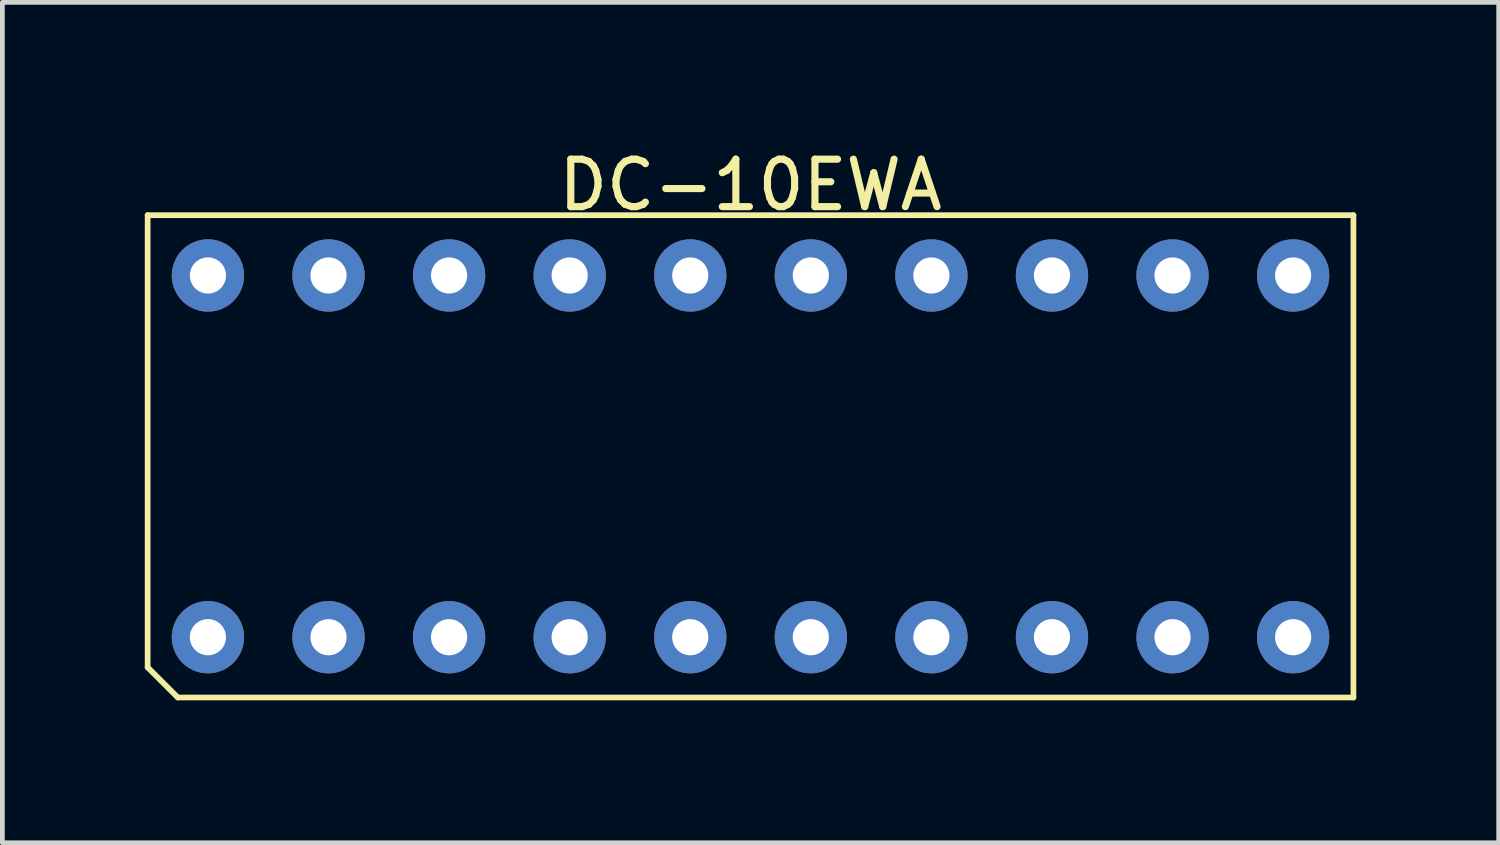
<source format=kicad_pcb>
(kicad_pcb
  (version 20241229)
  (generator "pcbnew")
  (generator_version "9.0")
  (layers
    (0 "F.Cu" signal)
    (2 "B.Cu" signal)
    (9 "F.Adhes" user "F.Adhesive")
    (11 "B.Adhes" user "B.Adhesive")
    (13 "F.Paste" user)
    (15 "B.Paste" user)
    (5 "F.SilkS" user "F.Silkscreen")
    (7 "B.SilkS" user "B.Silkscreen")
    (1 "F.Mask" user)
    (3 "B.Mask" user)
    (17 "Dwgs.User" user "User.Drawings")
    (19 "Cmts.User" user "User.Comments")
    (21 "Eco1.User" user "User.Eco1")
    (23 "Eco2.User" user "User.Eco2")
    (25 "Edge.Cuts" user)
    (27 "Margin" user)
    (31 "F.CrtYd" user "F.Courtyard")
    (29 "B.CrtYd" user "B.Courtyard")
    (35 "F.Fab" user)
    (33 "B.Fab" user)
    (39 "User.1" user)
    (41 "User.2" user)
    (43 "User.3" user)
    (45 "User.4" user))
  (footprint "DC-10EWA"
    (layer "F.Cu")
    (at 12.76 6.563)
    (property "Reference" "DC-10EWA" (at 0 -5.715 0) (layer "F.SilkS") (effects (font (size 1 1) (thickness 0.15))))
    (attr through_hole)
    (fp_line (start -12.7 -5.08) (end -12.7 4.445) (stroke (width 0.12) (type solid)) (layer "F.SilkS"))
    (fp_line (start -12.7 -5.08) (end 12.7 -5.08) (stroke (width 0.12) (type solid)) (layer "F.SilkS"))
    (fp_line (start -12.7 4.445) (end -12.065 5.08) (stroke (width 0.12) (type solid)) (layer "F.SilkS"))
    (fp_line (start -12.065 5.08) (end 12.7 5.08) (stroke (width 0.12) (type solid)) (layer "F.SilkS"))
    (fp_line (start 12.7 -5.08) (end 12.7 5.08) (stroke (width 0.12) (type solid)) (layer "F.SilkS"))
    (pad "1" thru_hole circle (at -11.43 3.81) (size 1.524 1.524) (drill 0.762) (layers "*.Cu" "*.Mask"))
    (pad "2" thru_hole circle (at -8.89 3.81) (size 1.524 1.524) (drill 0.762) (layers "*.Cu" "*.Mask"))
    (pad "3" thru_hole circle (at -6.35 3.81) (size 1.524 1.524) (drill 0.762) (layers "*.Cu" "*.Mask"))
    (pad "4" thru_hole circle (at -3.81 3.81) (size 1.524 1.524) (drill 0.762) (layers "*.Cu" "*.Mask"))
    (pad "5" thru_hole circle (at -1.27 3.81) (size 1.524 1.524) (drill 0.762) (layers "*.Cu" "*.Mask"))
    (pad "6" thru_hole circle (at 1.27 3.81) (size 1.524 1.524) (drill 0.762) (layers "*.Cu" "*.Mask"))
    (pad "7" thru_hole circle (at 3.81 3.81) (size 1.524 1.524) (drill 0.762) (layers "*.Cu" "*.Mask"))
    (pad "8" thru_hole circle (at 6.35 3.81) (size 1.524 1.524) (drill 0.762) (layers "*.Cu" "*.Mask"))
    (pad "9" thru_hole circle (at 8.89 3.81) (size 1.524 1.524) (drill 0.762) (layers "*.Cu" "*.Mask"))
    (pad "10" thru_hole circle (at 11.43 3.81) (size 1.524 1.524) (drill 0.762) (layers "*.Cu" "*.Mask"))
    (pad "11" thru_hole circle (at 11.43 -3.81) (size 1.524 1.524) (drill 0.762) (layers "*.Cu" "*.Mask"))
    (pad "12" thru_hole circle (at 8.89 -3.81) (size 1.524 1.524) (drill 0.762) (layers "*.Cu" "*.Mask"))
    (pad "13" thru_hole circle (at 6.35 -3.81) (size 1.524 1.524) (drill 0.762) (layers "*.Cu" "*.Mask"))
    (pad "14" thru_hole circle (at 3.81 -3.81) (size 1.524 1.524) (drill 0.762) (layers "*.Cu" "*.Mask"))
    (pad "15" thru_hole circle (at 1.27 -3.81) (size 1.524 1.524) (drill 0.762) (layers "*.Cu" "*.Mask"))
    (pad "16" thru_hole circle (at -1.27 -3.81) (size 1.524 1.524) (drill 0.762) (layers "*.Cu" "*.Mask"))
    (pad "17" thru_hole circle (at -3.81 -3.81) (size 1.524 1.524) (drill 0.762) (layers "*.Cu" "*.Mask"))
    (pad "18" thru_hole circle (at -6.35 -3.81) (size 1.524 1.524) (drill 0.762) (layers "*.Cu" "*.Mask"))
    (pad "19" thru_hole circle (at -8.89 -3.81) (size 1.524 1.524) (drill 0.762) (layers "*.Cu" "*.Mask"))
    (pad "20" thru_hole circle (at -11.43 -3.81) (size 1.524 1.524) (drill 0.762) (layers "*.Cu" "*.Mask")))
  (gr_rect
    (start -3 -3)
    (end 28.52 14.703)
    (stroke (width 0.1) (type default))
    (fill no)
    (layer "Edge.Cuts")))
</source>
